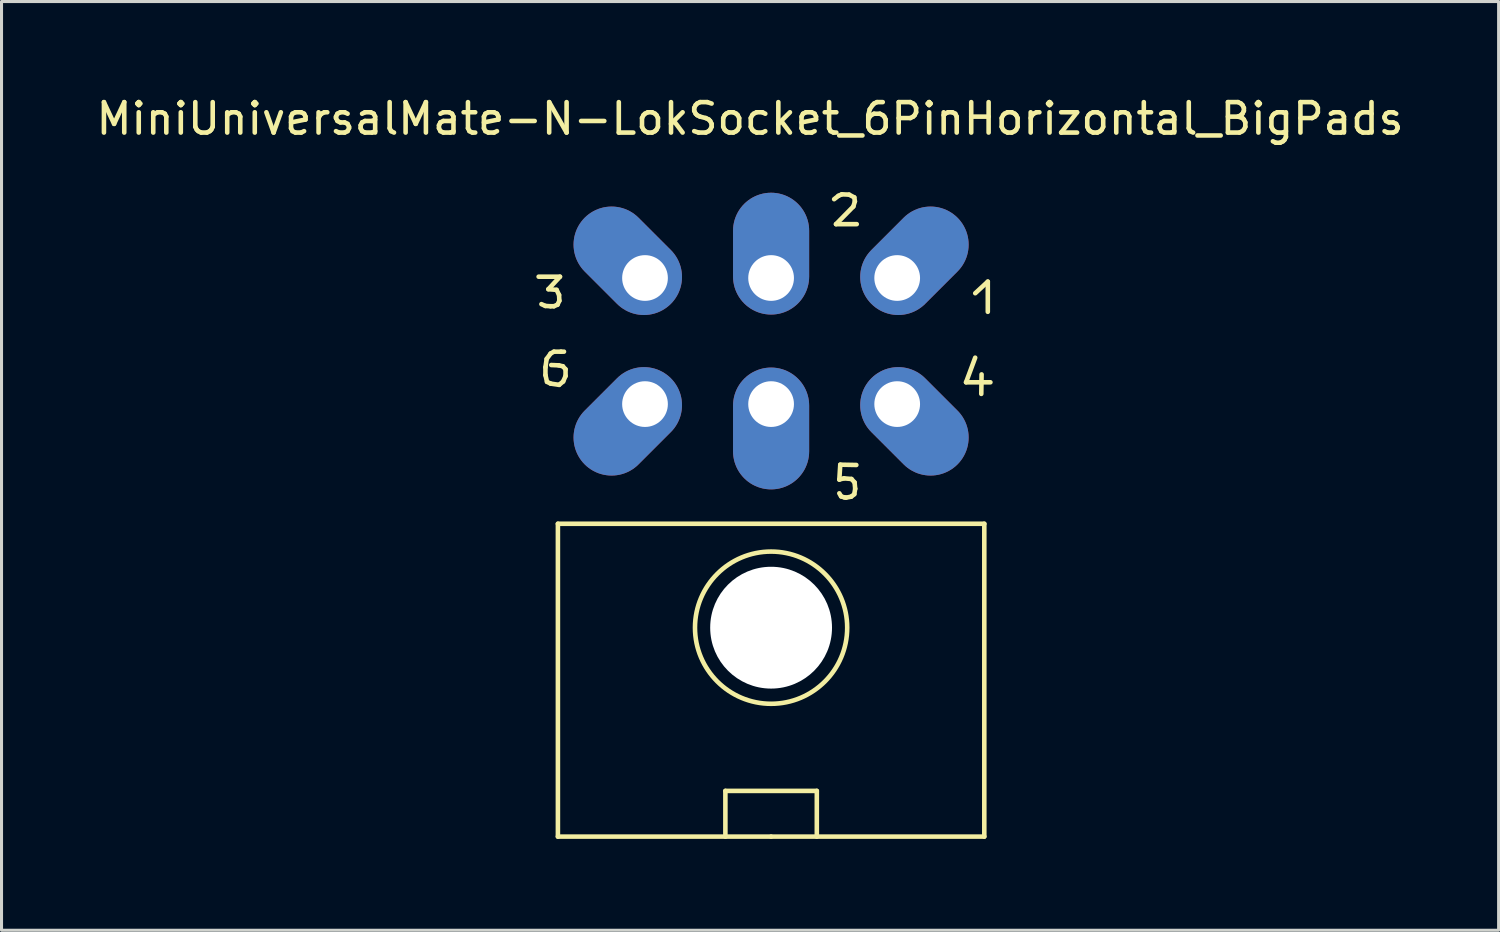
<source format=kicad_pcb>
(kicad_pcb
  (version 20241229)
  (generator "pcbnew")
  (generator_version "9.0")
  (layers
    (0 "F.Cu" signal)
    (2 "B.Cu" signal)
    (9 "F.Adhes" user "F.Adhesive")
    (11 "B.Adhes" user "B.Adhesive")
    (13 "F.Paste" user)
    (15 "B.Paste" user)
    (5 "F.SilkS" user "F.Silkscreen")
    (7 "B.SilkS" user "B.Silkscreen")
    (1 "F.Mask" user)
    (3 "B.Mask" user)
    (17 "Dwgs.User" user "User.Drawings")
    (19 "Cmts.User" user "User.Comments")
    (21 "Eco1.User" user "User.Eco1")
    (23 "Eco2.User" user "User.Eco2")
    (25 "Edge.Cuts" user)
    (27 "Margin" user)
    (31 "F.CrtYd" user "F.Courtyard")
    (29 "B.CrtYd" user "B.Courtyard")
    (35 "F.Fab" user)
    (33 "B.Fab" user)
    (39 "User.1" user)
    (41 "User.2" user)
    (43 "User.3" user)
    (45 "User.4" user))
  (footprint "MiniUniversalMate-N-LokSocket_6PinHorizontal_BigPads"
    (layer "F.Cu")
    (at 22.268 8.148)
    (property "Reference" "MiniUniversalMate-N-LokSocket_6PinHorizontal_BigPads" (at -0.691 -7.3 0) (layer "F.SilkS") (effects (font (size 1 1) (thickness 0.15))))
    (attr through_hole)
    (fp_line (start -7.633 -2.113) (end -6.932 -2.113) (stroke (width 0.15) (type solid)) (layer "F.SilkS"))
    (fp_line (start -7.412 -1.153) (end -7.541 -1.212) (stroke (width 0.15) (type solid)) (layer "F.SilkS"))
    (fp_line (start -7.409 0.859) (end -7.409 1.118) (stroke (width 0.15) (type solid)) (layer "F.SilkS"))
    (fp_line (start -7.409 1.118) (end -7.358 1.339) (stroke (width 0.15) (type solid)) (layer "F.SilkS"))
    (fp_line (start -7.369 0.587) (end -7.409 0.859) (stroke (width 0.15) (type solid)) (layer "F.SilkS"))
    (fp_line (start -7.358 1.339) (end -7.239 1.397) (stroke (width 0.15) (type solid)) (layer "F.SilkS"))
    (fp_line (start -7.313 -1.702) (end -7.043 -1.681) (stroke (width 0.15) (type solid)) (layer "F.SilkS"))
    (fp_line (start -7.242 -1.143) (end -7.412 -1.153) (stroke (width 0.15) (type solid)) (layer "F.SilkS"))
    (fp_line (start -7.239 0.409) (end -7.369 0.587) (stroke (width 0.15) (type solid)) (layer "F.SilkS"))
    (fp_line (start -7.239 1.397) (end -6.96 1.438) (stroke (width 0.15) (type solid)) (layer "F.SilkS"))
    (fp_line (start -7.132 -1.143) (end -7.242 -1.143) (stroke (width 0.15) (type solid)) (layer "F.SilkS"))
    (fp_line (start -7.13 0.348) (end -7.239 0.409) (stroke (width 0.15) (type solid)) (layer "F.SilkS"))
    (fp_line (start -7.043 -1.681) (end -6.962 -1.514) (stroke (width 0.15) (type solid)) (layer "F.SilkS"))
    (fp_line (start -7.013 -1.194) (end -7.132 -1.143) (stroke (width 0.15) (type solid)) (layer "F.SilkS"))
    (fp_line (start -7 5.999) (end 7 5.999) (stroke (width 0.15) (type solid)) (layer "F.SilkS"))
    (fp_line (start -7 16.271) (end -7 5.999) (stroke (width 0.15) (type solid)) (layer "F.SilkS"))
    (fp_line (start -6.97 0.798) (end -7.219 0.787) (stroke (width 0.15) (type solid)) (layer "F.SilkS"))
    (fp_line (start -6.962 -1.514) (end -6.952 -1.323) (stroke (width 0.15) (type solid)) (layer "F.SilkS"))
    (fp_line (start -6.96 1.438) (end -6.828 1.328) (stroke (width 0.15) (type solid)) (layer "F.SilkS"))
    (fp_line (start -6.952 -1.323) (end -7.013 -1.194) (stroke (width 0.15) (type solid)) (layer "F.SilkS"))
    (fp_line (start -6.932 -2.113) (end -7.313 -1.702) (stroke (width 0.15) (type solid)) (layer "F.SilkS"))
    (fp_line (start -6.899 0.348) (end -7.13 0.348) (stroke (width 0.15) (type solid)) (layer "F.SilkS"))
    (fp_line (start -6.838 0.828) (end -6.97 0.798) (stroke (width 0.15) (type solid)) (layer "F.SilkS"))
    (fp_line (start -6.828 1.328) (end -6.749 1.148) (stroke (width 0.15) (type solid)) (layer "F.SilkS"))
    (fp_line (start -6.8 0.348) (end -6.899 0.348) (stroke (width 0.15) (type solid)) (layer "F.SilkS"))
    (fp_line (start -6.749 0.927) (end -6.838 0.828) (stroke (width 0.15) (type solid)) (layer "F.SilkS"))
    (fp_line (start -6.749 1.148) (end -6.749 0.927) (stroke (width 0.15) (type solid)) (layer "F.SilkS"))
    (fp_line (start -1.501 14.77) (end -1.501 16.271) (stroke (width 0.15) (type solid)) (layer "F.SilkS"))
    (fp_line (start 0 16.271) (end -7 16.271) (stroke (width 0.15) (type solid)) (layer "F.SilkS"))
    (fp_line (start 0 16.271) (end 7 16.271) (stroke (width 0.15) (type solid)) (layer "F.SilkS"))
    (fp_line (start 1.501 14.77) (end -1.501 14.77) (stroke (width 0.15) (type solid)) (layer "F.SilkS"))
    (fp_line (start 1.501 16.271) (end 1.501 14.77) (stroke (width 0.15) (type solid)) (layer "F.SilkS"))
    (fp_line (start 2.07 -4.658) (end 2.21 -4.768) (stroke (width 0.15) (type solid)) (layer "F.SilkS"))
    (fp_line (start 2.131 -3.838) (end 2.812 -3.838) (stroke (width 0.15) (type solid)) (layer "F.SilkS"))
    (fp_line (start 2.21 -4.768) (end 2.322 -4.818) (stroke (width 0.15) (type solid)) (layer "F.SilkS"))
    (fp_line (start 2.24 4.549) (end 2.39 4.508) (stroke (width 0.15) (type solid)) (layer "F.SilkS"))
    (fp_line (start 2.271 4.059) (end 2.24 4.549) (stroke (width 0.15) (type solid)) (layer "F.SilkS"))
    (fp_line (start 2.299 5.1) (end 2.24 4.999) (stroke (width 0.15) (type solid)) (layer "F.SilkS"))
    (fp_line (start 2.322 -4.818) (end 2.56 -4.808) (stroke (width 0.15) (type solid)) (layer "F.SilkS"))
    (fp_line (start 2.39 4.508) (end 2.639 4.529) (stroke (width 0.15) (type solid)) (layer "F.SilkS"))
    (fp_line (start 2.4 5.131) (end 2.299 5.1) (stroke (width 0.15) (type solid)) (layer "F.SilkS"))
    (fp_line (start 2.459 5.141) (end 2.4 5.131) (stroke (width 0.15) (type solid)) (layer "F.SilkS"))
    (fp_line (start 2.56 -4.808) (end 2.731 -4.717) (stroke (width 0.15) (type solid)) (layer "F.SilkS"))
    (fp_line (start 2.629 5.11) (end 2.459 5.141) (stroke (width 0.15) (type solid)) (layer "F.SilkS"))
    (fp_line (start 2.639 4.529) (end 2.741 4.641) (stroke (width 0.15) (type solid)) (layer "F.SilkS"))
    (fp_line (start 2.7 -4.417) (end 2.131 -3.838) (stroke (width 0.15) (type solid)) (layer "F.SilkS"))
    (fp_line (start 2.731 -4.717) (end 2.751 -4.587) (stroke (width 0.15) (type solid)) (layer "F.SilkS"))
    (fp_line (start 2.731 5.029) (end 2.629 5.11) (stroke (width 0.15) (type solid)) (layer "F.SilkS"))
    (fp_line (start 2.741 4.641) (end 2.761 4.849) (stroke (width 0.15) (type solid)) (layer "F.SilkS"))
    (fp_line (start 2.751 -4.587) (end 2.7 -4.417) (stroke (width 0.15) (type solid)) (layer "F.SilkS"))
    (fp_line (start 2.761 4.849) (end 2.731 5.029) (stroke (width 0.15) (type solid)) (layer "F.SilkS"))
    (fp_line (start 2.799 4.069) (end 2.271 4.059) (stroke (width 0.15) (type solid)) (layer "F.SilkS"))
    (fp_line (start 6.401 1.354) (end 7.201 1.354) (stroke (width 0.15) (type solid)) (layer "F.SilkS"))
    (fp_line (start 6.701 0.546) (end 6.401 1.354) (stroke (width 0.15) (type solid)) (layer "F.SilkS"))
    (fp_line (start 6.703 -1.57) (end 7.115 -1.951) (stroke (width 0.15) (type solid)) (layer "F.SilkS"))
    (fp_line (start 6.901 1.735) (end 6.911 1.095) (stroke (width 0.15) (type solid)) (layer "F.SilkS"))
    (fp_line (start 7 5.999) (end 7 16.271) (stroke (width 0.15) (type solid)) (layer "F.SilkS"))
    (fp_line (start 7.115 -1.951) (end 7.115 -0.96) (stroke (width 0.15) (type solid)) (layer "F.SilkS"))
    (fp_circle (center 0 9.411) (end 2.499 9.411) (stroke (width 0.15) (type solid)) (fill no) (layer "F.SilkS"))
    (pad "" np_thru_hole circle (at 0 9.411) (size 4 4) (drill 4) (layers "*.Cu" "*.Mask"))
    (pad "1" thru_hole oval (at 4.14 -2.07 45) (size 4 2.499) (drill 1.501 (offset 0.8 0)) (layers "*.Cu" "*.Mask"))
    (pad "2" thru_hole oval (at 0 -2.07 90) (size 4 2.499) (drill 1.501 (offset 0.8 0)) (layers "*.Cu" "*.Mask"))
    (pad "3" thru_hole oval (at -4.14 -2.07 315) (size 4 2.499) (drill 1.501 (offset -0.8 0)) (layers "*.Cu" "*.Mask"))
    (pad "4" thru_hole oval (at 4.14 2.07 315) (size 4 2.499) (drill 1.501 (offset 0.8 0)) (layers "*.Cu" "*.Mask"))
    (pad "5" thru_hole oval (at 0 2.07 90) (size 4 2.499) (drill 1.501 (offset -0.8 0)) (layers "*.Cu" "*.Mask"))
    (pad "6" thru_hole oval (at -4.14 2.07 45) (size 4 2.499) (drill 1.501 (offset -0.8 0)) (layers "*.Cu" "*.Mask")))
  (gr_rect
    (start -3 -3)
    (end 46.155 27.494)
    (stroke (width 0.1) (type default))
    (fill no)
    (layer "Edge.Cuts")))
</source>
